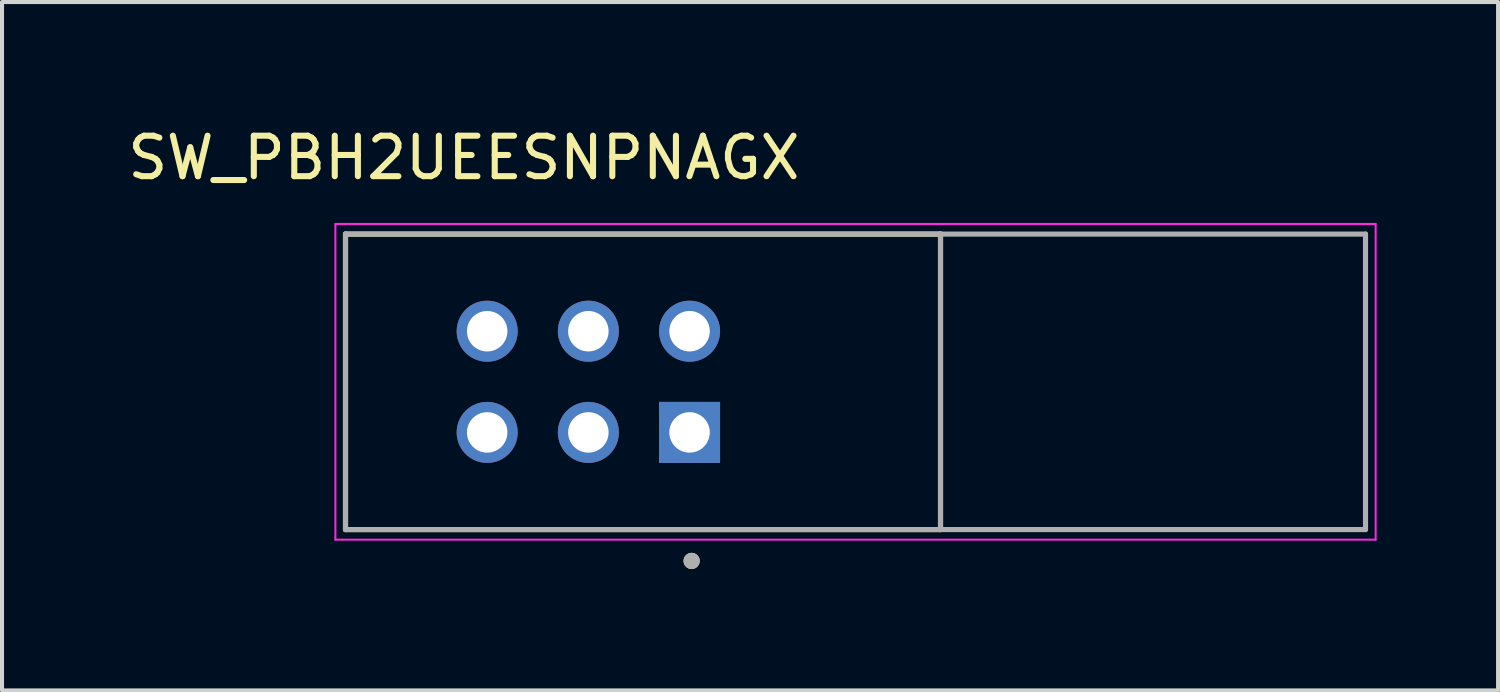
<source format=kicad_pcb>
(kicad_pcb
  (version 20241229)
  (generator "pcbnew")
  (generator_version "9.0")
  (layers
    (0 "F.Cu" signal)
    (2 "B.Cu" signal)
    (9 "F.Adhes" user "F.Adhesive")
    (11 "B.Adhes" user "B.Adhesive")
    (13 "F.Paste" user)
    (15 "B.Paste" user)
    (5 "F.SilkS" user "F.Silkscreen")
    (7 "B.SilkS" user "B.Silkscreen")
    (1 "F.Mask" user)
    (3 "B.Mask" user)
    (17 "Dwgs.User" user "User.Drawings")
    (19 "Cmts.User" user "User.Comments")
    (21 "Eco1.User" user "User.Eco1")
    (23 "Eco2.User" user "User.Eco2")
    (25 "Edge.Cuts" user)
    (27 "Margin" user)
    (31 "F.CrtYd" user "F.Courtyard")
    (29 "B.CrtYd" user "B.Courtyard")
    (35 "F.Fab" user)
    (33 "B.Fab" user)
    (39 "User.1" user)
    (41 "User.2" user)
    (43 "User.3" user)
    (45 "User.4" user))
  (footprint "SW_PBH2UEESNPNAGX"
    (layer "F.Cu")
    (at 13.986 7.633)
    (property "Reference" "SW_PBH2UEESNPNAGX" (at -5.575 -6.785 0) (layer "F.SilkS") (effects (font (size 1 1) (thickness 0.15))))
    (attr through_hole)
    (fp_line (start -8.5 -4.9) (end -8.5 2.4) (stroke (width 0.127) (type solid)) (layer "F.SilkS"))
    (fp_line (start -8.5 2.4) (end 6.2 2.4) (stroke (width 0.127) (type solid)) (layer "F.SilkS"))
    (fp_line (start 6.2 -4.9) (end -8.5 -4.9) (stroke (width 0.127) (type solid)) (layer "F.SilkS"))
    (fp_line (start 6.2 2.4) (end 6.2 -4.9) (stroke (width 0.127) (type solid)) (layer "F.SilkS"))
    (fp_circle (center 0.051 3.175) (end 0.151 3.175) (stroke (width 0.2) (type solid)) (fill no) (layer "F.SilkS"))
    (fp_line (start -8.75 -5.15) (end -8.75 2.65) (stroke (width 0.05) (type solid)) (layer "F.CrtYd"))
    (fp_line (start -8.75 2.65) (end 16.95 2.65) (stroke (width 0.05) (type solid)) (layer "F.CrtYd"))
    (fp_line (start 16.95 -5.15) (end -8.75 -5.15) (stroke (width 0.05) (type solid)) (layer "F.CrtYd"))
    (fp_line (start 16.95 2.65) (end 16.95 -5.15) (stroke (width 0.05) (type solid)) (layer "F.CrtYd"))
    (fp_line (start -8.5 -4.9) (end -8.5 2.4) (stroke (width 0.127) (type solid)) (layer "F.Fab"))
    (fp_line (start -8.5 2.4) (end 6.2 2.4) (stroke (width 0.127) (type solid)) (layer "F.Fab"))
    (fp_line (start 6.2 -4.9) (end -8.5 -4.9) (stroke (width 0.127) (type solid)) (layer "F.Fab"))
    (fp_line (start 6.2 2.4) (end 6.2 -4.9) (stroke (width 0.127) (type solid)) (layer "F.Fab"))
    (fp_line (start 6.2 2.4) (end 16.7 2.4) (stroke (width 0.127) (type solid)) (layer "F.Fab"))
    (fp_line (start 16.7 -4.9) (end 6.2 -4.9) (stroke (width 0.127) (type solid)) (layer "F.Fab"))
    (fp_line (start 16.7 2.4) (end 16.7 -4.9) (stroke (width 0.127) (type solid)) (layer "F.Fab"))
    (fp_circle (center 0.051 3.175) (end 0.151 3.175) (stroke (width 0.2) (type solid)) (fill no) (layer "F.Fab"))
    (pad "1" thru_hole rect (at 0 0) (size 1.508 1.508) (drill 1) (layers "*.Cu" "*.Mask"))
    (pad "2" thru_hole circle (at -2.5 0) (size 1.508 1.508) (drill 1) (layers "*.Cu" "*.Mask"))
    (pad "3" thru_hole circle (at -5 0) (size 1.508 1.508) (drill 1) (layers "*.Cu" "*.Mask"))
    (pad "4" thru_hole circle (at 0 -2.5) (size 1.508 1.508) (drill 1) (layers "*.Cu" "*.Mask"))
    (pad "5" thru_hole circle (at -2.5 -2.5) (size 1.508 1.508) (drill 1) (layers "*.Cu" "*.Mask"))
    (pad "6" thru_hole circle (at -5 -2.5) (size 1.508 1.508) (drill 1) (layers "*.Cu" "*.Mask")))
  (gr_rect
    (start -3 -3)
    (end 33.961 14.008)
    (stroke (width 0.1) (type default))
    (fill no)
    (layer "Edge.Cuts")))
</source>
